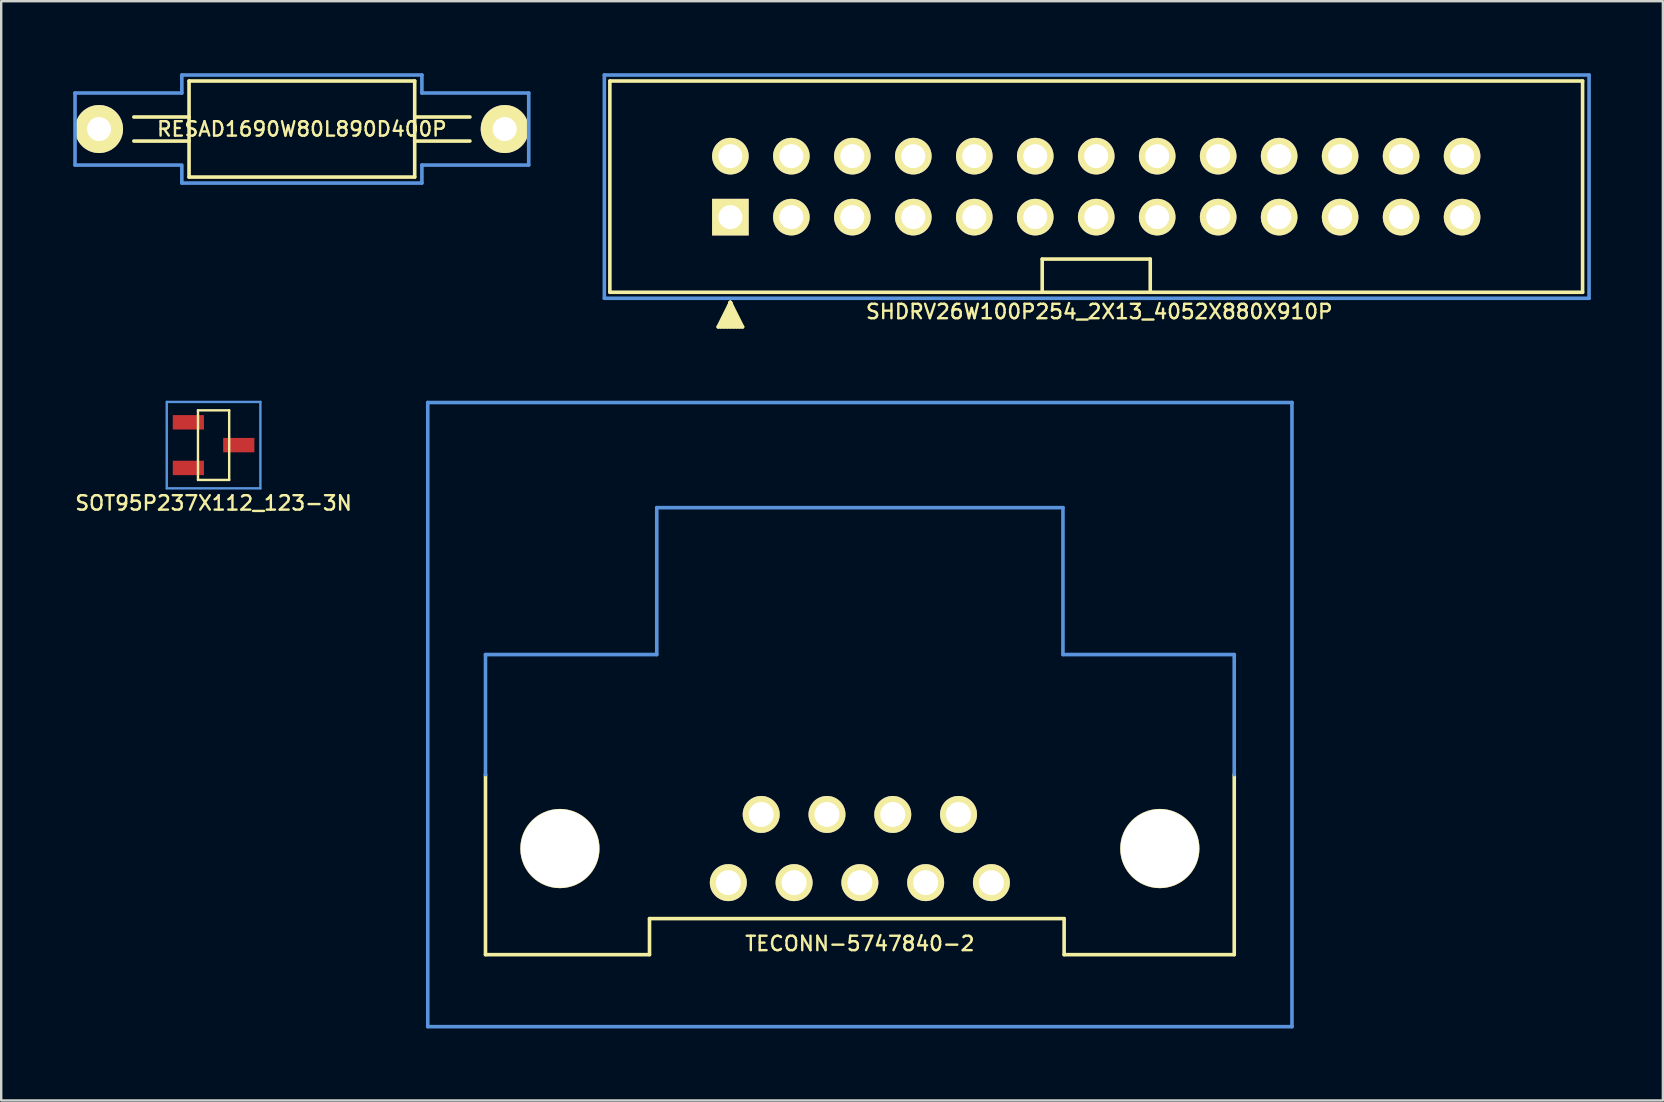
<source format=kicad_pcb>
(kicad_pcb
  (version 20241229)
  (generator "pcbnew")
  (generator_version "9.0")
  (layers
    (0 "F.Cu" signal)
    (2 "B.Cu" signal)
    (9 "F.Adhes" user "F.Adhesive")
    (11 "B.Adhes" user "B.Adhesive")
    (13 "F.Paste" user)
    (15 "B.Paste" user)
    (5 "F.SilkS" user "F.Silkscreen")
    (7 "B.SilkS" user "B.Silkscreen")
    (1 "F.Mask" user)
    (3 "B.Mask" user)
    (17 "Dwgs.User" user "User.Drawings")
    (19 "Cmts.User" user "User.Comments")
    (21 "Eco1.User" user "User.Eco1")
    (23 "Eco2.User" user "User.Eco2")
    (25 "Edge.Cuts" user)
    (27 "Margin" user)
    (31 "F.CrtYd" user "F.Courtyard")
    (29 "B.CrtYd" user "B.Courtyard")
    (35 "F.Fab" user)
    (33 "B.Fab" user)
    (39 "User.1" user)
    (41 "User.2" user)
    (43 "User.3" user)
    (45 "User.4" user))
  (footprint "RESAD1690W80L890D400P"
    (layer "F.Cu")
    (at 9.525 2.325)
    (property "Reference" "RESAD1690W80L890D400P" (at 0 0 0) (layer "F.SilkS") (effects (font (size 0.6 0.6) (thickness 0.1))))
    (attr through_hole)
    (fp_line (start -7 0.5) (end -4.7 0.5) (stroke (width 0.15) (type solid)) (layer "F.SilkS"))
    (fp_line (start -4.7 -2) (end 4.7 -2) (stroke (width 0.15) (type solid)) (layer "F.SilkS"))
    (fp_line (start -4.7 -0.5) (end -7 -0.5) (stroke (width 0.15) (type solid)) (layer "F.SilkS"))
    (fp_line (start -4.7 2) (end -4.7 -2) (stroke (width 0.15) (type solid)) (layer "F.SilkS"))
    (fp_line (start 4.7 -2) (end 4.7 2) (stroke (width 0.15) (type solid)) (layer "F.SilkS"))
    (fp_line (start 4.7 -0.5) (end 7 -0.5) (stroke (width 0.15) (type solid)) (layer "F.SilkS"))
    (fp_line (start 4.7 2) (end -4.7 2) (stroke (width 0.15) (type solid)) (layer "F.SilkS"))
    (fp_line (start 7 0.5) (end 4.7 0.5) (stroke (width 0.15) (type solid)) (layer "F.SilkS"))
    (fp_line (start -9.45 -1.5) (end -9.45 1.5) (stroke (width 0.15) (type solid)) (layer "Cmts.User"))
    (fp_line (start -9.45 1.5) (end -5.08 1.5) (stroke (width 0.15) (type solid)) (layer "Cmts.User"))
    (fp_line (start -5 -2.25) (end -5 -1.5) (stroke (width 0.15) (type solid)) (layer "Cmts.User"))
    (fp_line (start -5 -1.5) (end -9.45 -1.5) (stroke (width 0.15) (type solid)) (layer "Cmts.User"))
    (fp_line (start -5 1.5) (end -5 2.25) (stroke (width 0.15) (type solid)) (layer "Cmts.User"))
    (fp_line (start -5 2.25) (end 5 2.25) (stroke (width 0.15) (type solid)) (layer "Cmts.User"))
    (fp_line (start 5 -2.25) (end -5 -2.25) (stroke (width 0.15) (type solid)) (layer "Cmts.User"))
    (fp_line (start 5 -1.5) (end 5 -2.25) (stroke (width 0.15) (type solid)) (layer "Cmts.User"))
    (fp_line (start 5 1.5) (end 9.45 1.5) (stroke (width 0.15) (type solid)) (layer "Cmts.User"))
    (fp_line (start 5 2.25) (end 5 1.5) (stroke (width 0.15) (type solid)) (layer "Cmts.User"))
    (fp_line (start 9.45 -1.5) (end 5 -1.5) (stroke (width 0.15) (type solid)) (layer "Cmts.User"))
    (fp_line (start 9.45 1.5) (end 9.45 -1.5) (stroke (width 0.15) (type solid)) (layer "Cmts.User"))
    (pad "1" thru_hole circle (at -8.45 0) (size 2 2) (drill 1) (layers "*.Cu" "*.Mask" "F.SilkS"))
    (pad "2" thru_hole circle (at 8.45 0) (size 2 2) (drill 1) (layers "*.Cu" "*.Mask" "F.SilkS")))
  (footprint "TECONN-5747840-2"
    (layer "F.Cu")
    (at 32.769 33.717)
    (property "Reference" "TECONN-5747840-2" (at 0 2.54 0) (layer "F.SilkS") (effects (font (size 0.6 0.6) (thickness 0.1))))
    (attr through_hole)
    (fp_line (start -15.595 -4.5) (end -15.595 3) (stroke (width 0.15) (type solid)) (layer "F.SilkS"))
    (fp_line (start -15.595 3) (end -8.763 3) (stroke (width 0.15) (type solid)) (layer "F.SilkS"))
    (fp_line (start -8.763 1.5) (end 8.509 1.5) (stroke (width 0.15) (type solid)) (layer "F.SilkS"))
    (fp_line (start -8.763 3) (end -8.763 1.5) (stroke (width 0.15) (type solid)) (layer "F.SilkS"))
    (fp_line (start 8.509 1.5) (end 8.509 3) (stroke (width 0.15) (type solid)) (layer "F.SilkS"))
    (fp_line (start 8.509 3) (end 15.595 3) (stroke (width 0.15) (type solid)) (layer "F.SilkS"))
    (fp_line (start 15.595 3) (end 15.595 -4.5) (stroke (width 0.15) (type solid)) (layer "F.SilkS"))
    (fp_line (start -18 -20) (end 18 -20) (stroke (width 0.15) (type solid)) (layer "Cmts.User"))
    (fp_line (start -18 6) (end -18 -20) (stroke (width 0.15) (type solid)) (layer "Cmts.User"))
    (fp_line (start -15.595 -9.5) (end -15.595 -4.5) (stroke (width 0.15) (type solid)) (layer "Cmts.User"))
    (fp_line (start -8.46 -15.62) (end -8.46 -9.5) (stroke (width 0.15) (type solid)) (layer "Cmts.User"))
    (fp_line (start -8.46 -9.5) (end -15.595 -9.5) (stroke (width 0.15) (type solid)) (layer "Cmts.User"))
    (fp_line (start 8.46 -15.62) (end -8.46 -15.62) (stroke (width 0.15) (type solid)) (layer "Cmts.User"))
    (fp_line (start 8.46 -9.5) (end 8.46 -15.62) (stroke (width 0.15) (type solid)) (layer "Cmts.User"))
    (fp_line (start 15.595 -9.5) (end 8.46 -9.5) (stroke (width 0.15) (type solid)) (layer "Cmts.User"))
    (fp_line (start 15.595 -9.5) (end 15.595 -4.5) (stroke (width 0.15) (type solid)) (layer "Cmts.User"))
    (fp_line (start 18 -20) (end 18 6) (stroke (width 0.15) (type solid)) (layer "Cmts.User"))
    (fp_line (start 18 6) (end -18 6) (stroke (width 0.15) (type solid)) (layer "Cmts.User"))
    (pad "" thru_hole circle (at -12.495 -1.42) (size 3.3 3.3) (drill 3.25) (layers "*.Cu" "*.Mask" "F.SilkS"))
    (pad "" thru_hole circle (at 12.495 -1.42) (size 3.3 3.3) (drill 3.25) (layers "*.Cu" "*.Mask" "F.SilkS"))
    (pad "1" thru_hole circle (at 5.48 0) (size 1.54 1.54) (drill 1.04) (layers "*.Cu" "*.Mask" "F.SilkS"))
    (pad "2" thru_hole circle (at 2.74 0) (size 1.54 1.54) (drill 1.04) (layers "*.Cu" "*.Mask" "F.SilkS"))
    (pad "3" thru_hole circle (at 0 0) (size 1.54 1.54) (drill 1.04) (layers "*.Cu" "*.Mask" "F.SilkS"))
    (pad "4" thru_hole circle (at -2.74 0) (size 1.54 1.54) (drill 1.04) (layers "*.Cu" "*.Mask" "F.SilkS"))
    (pad "5" thru_hole circle (at -5.48 0) (size 1.54 1.54) (drill 1.04) (layers "*.Cu" "*.Mask" "F.SilkS"))
    (pad "6" thru_hole circle (at 4.11 -2.84) (size 1.54 1.54) (drill 1.04) (layers "*.Cu" "*.Mask" "F.SilkS"))
    (pad "7" thru_hole circle (at 1.37 -2.84) (size 1.54 1.54) (drill 1.04) (layers "*.Cu" "*.Mask" "F.SilkS"))
    (pad "8" thru_hole circle (at -1.37 -2.84) (size 1.54 1.54) (drill 1.04) (layers "*.Cu" "*.Mask" "F.SilkS"))
    (pad "9" thru_hole circle (at -4.11 -2.84) (size 1.54 1.54) (drill 1.04) (layers "*.Cu" "*.Mask" "F.SilkS")))
  (footprint "SOT95P237X112_123-3N"
    (layer "F.Cu")
    (at 5.847 15.492)
    (property "Reference" "SOT95P237X112_123-3N" (at 0 2.413 0) (layer "F.SilkS") (effects (font (size 0.6 0.6) (thickness 0.1))))
    (attr through_hole)
    (fp_line (start -0.65 -1.45) (end 0.65 -1.45) (stroke (width 0.1) (type solid)) (layer "F.SilkS"))
    (fp_line (start -0.65 1.45) (end -0.65 -1.45) (stroke (width 0.1) (type solid)) (layer "F.SilkS"))
    (fp_line (start -0.65 1.45) (end 0.65 1.45) (stroke (width 0.1) (type solid)) (layer "F.SilkS"))
    (fp_line (start 0.65 -1.45) (end 0.65 1.45) (stroke (width 0.1) (type solid)) (layer "F.SilkS"))
    (fp_line (start -1.95 -1.8) (end 1.95 -1.8) (stroke (width 0.1) (type solid)) (layer "Cmts.User"))
    (fp_line (start -1.95 1.8) (end -1.95 -1.8) (stroke (width 0.1) (type solid)) (layer "Cmts.User"))
    (fp_line (start 1.95 -1.8) (end 1.95 1.8) (stroke (width 0.1) (type solid)) (layer "Cmts.User"))
    (fp_line (start 1.95 1.8) (end -1.95 1.8) (stroke (width 0.1) (type solid)) (layer "Cmts.User"))
    (pad "1" smd rect (at -1.05 -0.95) (size 1.3 0.6) (layers "F.Cu" "F.Mask" "F.Paste"))
    (pad "2" smd rect (at -1.05 0.95) (size 1.3 0.6) (layers "F.Cu" "F.Mask" "F.Paste"))
    (pad "3" smd rect (at 1.05 0) (size 1.3 0.6) (layers "F.Cu" "F.Mask" "F.Paste")))
  (footprint "SHDRV26W100P254_2X13_4052X880X910P"
    (layer "F.Cu")
    (at 27.375 5.995)
    (property "Reference" "SHDRV26W100P254_2X13_4052X880X910P" (at 15.367 3.937 0) (layer "F.SilkS") (effects (font (size 0.6 0.6) (thickness 0.1))))
    (attr through_hole)
    (fp_line (start -5.02 -5.67) (end 35.5 -5.67) (stroke (width 0.15) (type solid)) (layer "F.SilkS"))
    (fp_line (start -5.02 3.13) (end -5.02 -5.67) (stroke (width 0.15) (type solid)) (layer "F.SilkS"))
    (fp_line (start -0.508 4.572) (end 0.508 4.572) (stroke (width 0.15) (type solid)) (layer "F.SilkS"))
    (fp_line (start 0 3.556) (end -0.508 4.572) (stroke (width 0.15) (type solid)) (layer "F.SilkS"))
    (fp_line (start 0 3.556) (end -0.381 4.572) (stroke (width 0.15) (type solid)) (layer "F.SilkS"))
    (fp_line (start 0 3.556) (end -0.254 4.572) (stroke (width 0.15) (type solid)) (layer "F.SilkS"))
    (fp_line (start 0 3.556) (end -0.127 4.572) (stroke (width 0.15) (type solid)) (layer "F.SilkS"))
    (fp_line (start 0 3.556) (end 0 4.572) (stroke (width 0.15) (type solid)) (layer "F.SilkS"))
    (fp_line (start 0 3.556) (end 0.127 4.572) (stroke (width 0.15) (type solid)) (layer "F.SilkS"))
    (fp_line (start 0 3.556) (end 0.254 4.572) (stroke (width 0.15) (type solid)) (layer "F.SilkS"))
    (fp_line (start 0 3.556) (end 0.381 4.572) (stroke (width 0.15) (type solid)) (layer "F.SilkS"))
    (fp_line (start 0.508 4.572) (end 0 3.556) (stroke (width 0.15) (type solid)) (layer "F.SilkS"))
    (fp_line (start 12.99 1.748) (end 12.99 3.048) (stroke (width 0.15) (type solid)) (layer "F.SilkS"))
    (fp_line (start 12.99 1.748) (end 17.49 1.748) (stroke (width 0.15) (type solid)) (layer "F.SilkS"))
    (fp_line (start 17.49 1.748) (end 17.49 3.048) (stroke (width 0.15) (type solid)) (layer "F.SilkS"))
    (fp_line (start 35.5 -5.67) (end 35.5 3.13) (stroke (width 0.15) (type solid)) (layer "F.SilkS"))
    (fp_line (start 35.5 3.13) (end -5.02 3.13) (stroke (width 0.15) (type solid)) (layer "F.SilkS"))
    (fp_line (start -5.25 -5.92) (end 35.77 -5.92) (stroke (width 0.15) (type solid)) (layer "Cmts.User"))
    (fp_line (start -5.25 3.38) (end -5.25 -5.92) (stroke (width 0.15) (type solid)) (layer "Cmts.User"))
    (fp_line (start 35.77 -5.92) (end 35.77 3.38) (stroke (width 0.15) (type solid)) (layer "Cmts.User"))
    (fp_line (start 35.77 3.38) (end -5.25 3.38) (stroke (width 0.15) (type solid)) (layer "Cmts.User"))
    (pad "1" thru_hole rect (at 0 0) (size 1.524 1.524) (drill 1) (layers "*.Cu" "*.Mask" "F.SilkS"))
    (pad "2" thru_hole circle (at 0 -2.54) (size 1.524 1.524) (drill 1) (layers "*.Cu" "*.Mask" "F.SilkS"))
    (pad "3" thru_hole circle (at 2.54 0) (size 1.524 1.524) (drill 1) (layers "*.Cu" "*.Mask" "F.SilkS"))
    (pad "4" thru_hole circle (at 2.54 -2.54) (size 1.524 1.524) (drill 1) (layers "*.Cu" "*.Mask" "F.SilkS"))
    (pad "5" thru_hole circle (at 5.08 0) (size 1.524 1.524) (drill 1) (layers "*.Cu" "*.Mask" "F.SilkS"))
    (pad "6" thru_hole circle (at 5.08 -2.54) (size 1.524 1.524) (drill 1) (layers "*.Cu" "*.Mask" "F.SilkS"))
    (pad "7" thru_hole circle (at 7.62 0) (size 1.524 1.524) (drill 1) (layers "*.Cu" "*.Mask" "F.SilkS"))
    (pad "8" thru_hole circle (at 7.62 -2.54) (size 1.524 1.524) (drill 1) (layers "*.Cu" "*.Mask" "F.SilkS"))
    (pad "9" thru_hole circle (at 10.16 0) (size 1.524 1.524) (drill 1) (layers "*.Cu" "*.Mask" "F.SilkS"))
    (pad "10" thru_hole circle (at 10.16 -2.54) (size 1.524 1.524) (drill 1) (layers "*.Cu" "*.Mask" "F.SilkS"))
    (pad "11" thru_hole circle (at 12.7 0) (size 1.524 1.524) (drill 1) (layers "*.Cu" "*.Mask" "F.SilkS"))
    (pad "12" thru_hole circle (at 12.7 -2.54) (size 1.524 1.524) (drill 1) (layers "*.Cu" "*.Mask" "F.SilkS"))
    (pad "13" thru_hole circle (at 15.24 0) (size 1.524 1.524) (drill 1) (layers "*.Cu" "*.Mask" "F.SilkS"))
    (pad "14" thru_hole circle (at 15.24 -2.54) (size 1.524 1.524) (drill 1) (layers "*.Cu" "*.Mask" "F.SilkS"))
    (pad "15" thru_hole circle (at 17.78 0) (size 1.524 1.524) (drill 1) (layers "*.Cu" "*.Mask" "F.SilkS"))
    (pad "16" thru_hole circle (at 17.78 -2.54) (size 1.524 1.524) (drill 1) (layers "*.Cu" "*.Mask" "F.SilkS"))
    (pad "17" thru_hole circle (at 20.32 0) (size 1.524 1.524) (drill 1) (layers "*.Cu" "*.Mask" "F.SilkS"))
    (pad "18" thru_hole circle (at 20.32 -2.54) (size 1.524 1.524) (drill 1) (layers "*.Cu" "*.Mask" "F.SilkS"))
    (pad "19" thru_hole circle (at 22.86 0) (size 1.524 1.524) (drill 1) (layers "*.Cu" "*.Mask" "F.SilkS"))
    (pad "20" thru_hole circle (at 22.86 -2.54) (size 1.524 1.524) (drill 1) (layers "*.Cu" "*.Mask" "F.SilkS"))
    (pad "21" thru_hole circle (at 25.4 0) (size 1.524 1.524) (drill 1) (layers "*.Cu" "*.Mask" "F.SilkS"))
    (pad "22" thru_hole circle (at 25.4 -2.54) (size 1.524 1.524) (drill 1) (layers "*.Cu" "*.Mask" "F.SilkS"))
    (pad "23" thru_hole circle (at 27.94 0) (size 1.524 1.524) (drill 1) (layers "*.Cu" "*.Mask" "F.SilkS"))
    (pad "24" thru_hole circle (at 27.94 -2.54) (size 1.524 1.524) (drill 1) (layers "*.Cu" "*.Mask" "F.SilkS"))
    (pad "25" thru_hole circle (at 30.48 0) (size 1.524 1.524) (drill 1) (layers "*.Cu" "*.Mask" "F.SilkS"))
    (pad "26" thru_hole circle (at 30.48 -2.54) (size 1.524 1.524) (drill 1) (layers "*.Cu" "*.Mask" "F.SilkS")))
  (gr_rect
    (start -3 -3)
    (end 66.22 42.792)
    (stroke (width 0.1) (type default))
    (fill no)
    (layer "Edge.Cuts")))
</source>
